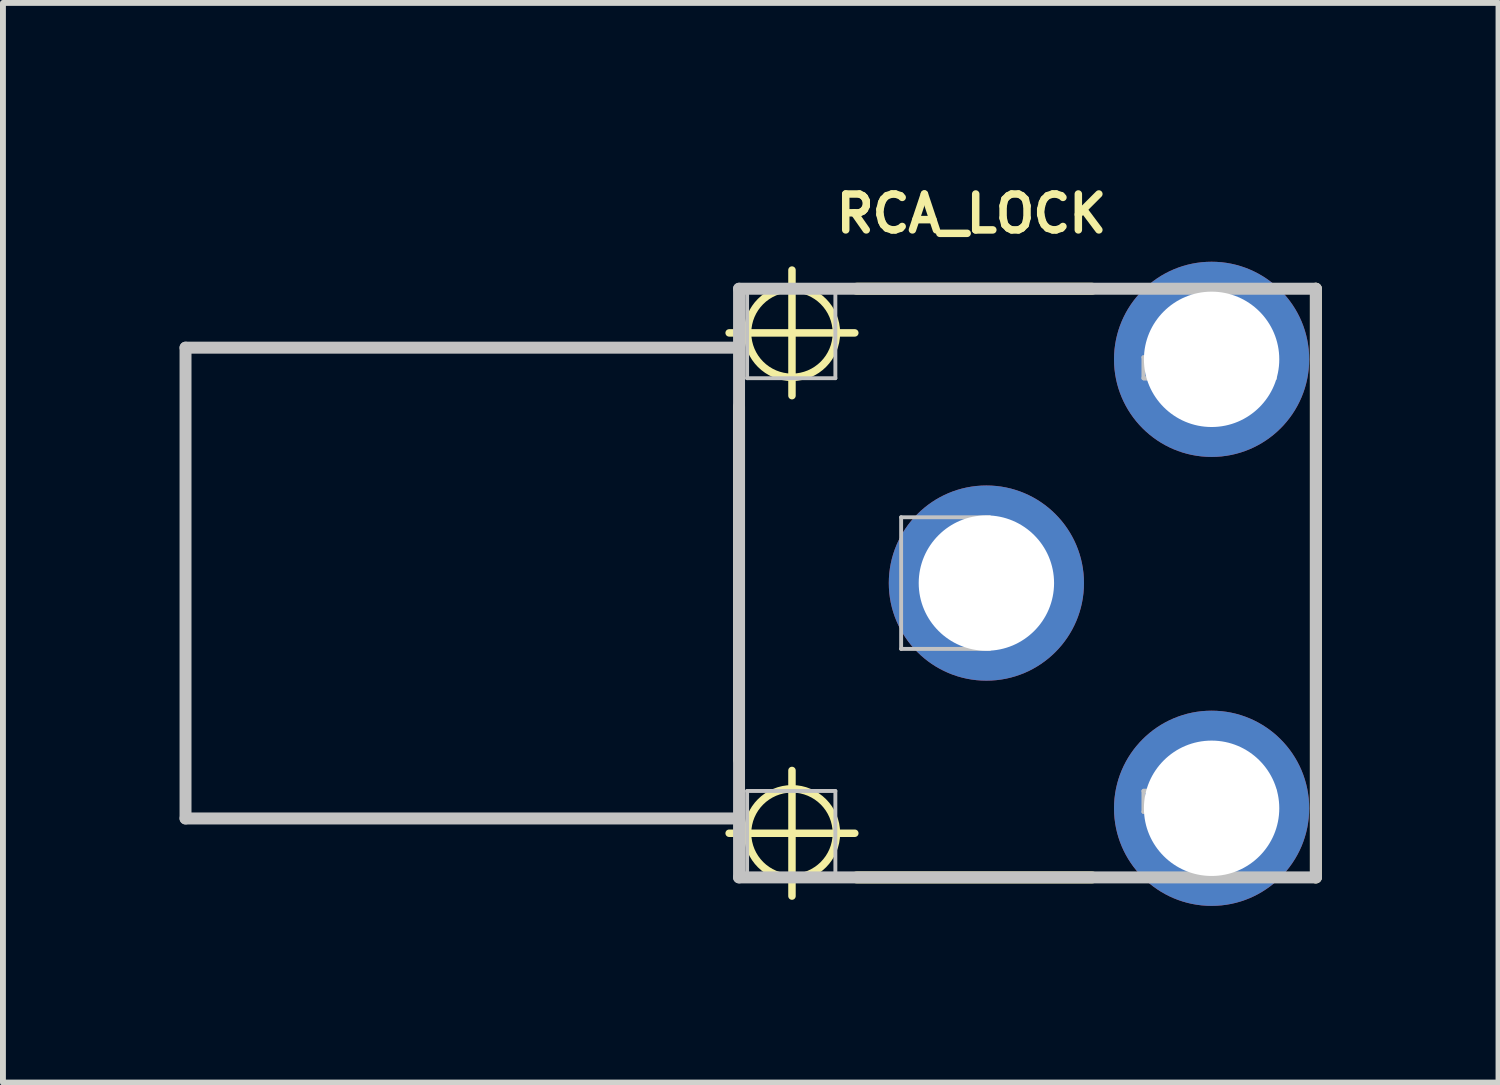
<source format=kicad_pcb>
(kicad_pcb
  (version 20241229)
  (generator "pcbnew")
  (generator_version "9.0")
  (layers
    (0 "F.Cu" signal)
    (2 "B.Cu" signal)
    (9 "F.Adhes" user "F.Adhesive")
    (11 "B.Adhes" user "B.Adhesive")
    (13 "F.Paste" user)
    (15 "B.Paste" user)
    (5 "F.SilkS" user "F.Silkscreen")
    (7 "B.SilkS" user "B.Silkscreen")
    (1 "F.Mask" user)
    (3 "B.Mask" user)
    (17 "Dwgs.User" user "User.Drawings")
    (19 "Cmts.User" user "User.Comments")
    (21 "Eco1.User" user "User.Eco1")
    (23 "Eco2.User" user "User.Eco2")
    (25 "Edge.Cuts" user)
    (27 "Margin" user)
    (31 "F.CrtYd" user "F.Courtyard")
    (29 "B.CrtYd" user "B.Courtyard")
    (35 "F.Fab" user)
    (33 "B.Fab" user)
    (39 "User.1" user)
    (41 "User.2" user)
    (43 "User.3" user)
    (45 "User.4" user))
  (footprint "RCA_LOCK"
    (layer "F.Cu")
    (at 13.5 6.853)
    (property "Reference" "RCA_LOCK" (at -0.051 -6.274 0) (layer "F.SilkS") (effects (font (size 0.61 0.61) (thickness 0.127))))
    (attr exclude_from_pos_files exclude_from_bom)
    (fp_line (start -4.166 -4.249) (end -2.032 -4.249) (stroke (width 0.127) (type solid)) (layer "F.SilkS"))
    (fp_line (start -4.166 4.249) (end -2.032 4.249) (stroke (width 0.127) (type solid)) (layer "F.SilkS"))
    (fp_line (start -3.998 -3) (end -3.998 3) (stroke (width 0.203) (type solid)) (layer "F.SilkS"))
    (fp_line (start -3.099 -3.183) (end -3.099 -5.316) (stroke (width 0.127) (type solid)) (layer "F.SilkS"))
    (fp_line (start -3.099 5.316) (end -3.099 3.183) (stroke (width 0.127) (type solid)) (layer "F.SilkS"))
    (fp_line (start -1.999 -4.999) (end 1.999 -4.999) (stroke (width 0.203) (type solid)) (layer "F.SilkS"))
    (fp_line (start -1.999 4.999) (end 1.999 4.999) (stroke (width 0.203) (type solid)) (layer "F.SilkS"))
    (fp_line (start 5.799 -4.999) (end 5.799 4.999) (stroke (width 0.203) (type solid)) (layer "F.SilkS"))
    (fp_circle (center -3.099 -4.249) (end -3.632 -4.783) (stroke (width 0.127) (type solid)) (fill no) (layer "F.SilkS"))
    (fp_circle (center -3.099 4.249) (end -3.632 4.783) (stroke (width 0.127) (type solid)) (fill no) (layer "F.SilkS"))
    (fp_line (start -13.399 -3.998) (end -13.399 3.998) (stroke (width 0.203) (type solid)) (layer "Dwgs.User"))
    (fp_line (start -13.399 3.998) (end -3.998 3.998) (stroke (width 0.203) (type solid)) (layer "Dwgs.User"))
    (fp_line (start -3.998 -4.999) (end -3.998 4.999) (stroke (width 0.203) (type solid)) (layer "Dwgs.User"))
    (fp_line (start -3.998 -3.998) (end -13.399 -3.998) (stroke (width 0.203) (type solid)) (layer "Dwgs.User"))
    (fp_line (start -3.998 4.999) (end 5.799 4.999) (stroke (width 0.203) (type solid)) (layer "Dwgs.User"))
    (fp_line (start -3.861 -4.978) (end -2.362 -4.978) (stroke (width 0.066) (type solid)) (layer "Dwgs.User"))
    (fp_line (start -3.861 -3.48) (end -3.861 -4.978) (stroke (width 0.066) (type solid)) (layer "Dwgs.User"))
    (fp_line (start -3.861 -3.48) (end -2.362 -3.48) (stroke (width 0.066) (type solid)) (layer "Dwgs.User"))
    (fp_line (start -3.861 3.531) (end -2.362 3.531) (stroke (width 0.066) (type solid)) (layer "Dwgs.User"))
    (fp_line (start -3.861 5.029) (end -3.861 3.531) (stroke (width 0.066) (type solid)) (layer "Dwgs.User"))
    (fp_line (start -3.861 5.029) (end -2.362 5.029) (stroke (width 0.066) (type solid)) (layer "Dwgs.User"))
    (fp_line (start -2.362 -3.48) (end -2.362 -4.978) (stroke (width 0.066) (type solid)) (layer "Dwgs.User"))
    (fp_line (start -2.362 5.029) (end -2.362 3.531) (stroke (width 0.066) (type solid)) (layer "Dwgs.User"))
    (fp_line (start -1.245 -1.118) (end 0.254 -1.118) (stroke (width 0.066) (type solid)) (layer "Dwgs.User"))
    (fp_line (start -1.245 1.118) (end -1.245 -1.118) (stroke (width 0.066) (type solid)) (layer "Dwgs.User"))
    (fp_line (start -1.245 1.118) (end 0.254 1.118) (stroke (width 0.066) (type solid)) (layer "Dwgs.User"))
    (fp_line (start 0.254 1.118) (end 0.254 -1.118) (stroke (width 0.066) (type solid)) (layer "Dwgs.User"))
    (fp_line (start 2.87 -3.835) (end 5.105 -3.835) (stroke (width 0.066) (type solid)) (layer "Dwgs.User"))
    (fp_line (start 2.87 -3.48) (end 2.87 -3.835) (stroke (width 0.066) (type solid)) (layer "Dwgs.User"))
    (fp_line (start 2.87 -3.48) (end 5.105 -3.48) (stroke (width 0.066) (type solid)) (layer "Dwgs.User"))
    (fp_line (start 2.87 3.531) (end 5.105 3.531) (stroke (width 0.066) (type solid)) (layer "Dwgs.User"))
    (fp_line (start 2.87 3.886) (end 2.87 3.531) (stroke (width 0.066) (type solid)) (layer "Dwgs.User"))
    (fp_line (start 2.87 3.886) (end 5.105 3.886) (stroke (width 0.066) (type solid)) (layer "Dwgs.User"))
    (fp_line (start 4.47 -3.454) (end 2.87 -3.454) (stroke (width 0.025) (type solid)) (layer "Dwgs.User"))
    (fp_line (start 4.47 3.505) (end 2.87 3.505) (stroke (width 0.025) (type solid)) (layer "Dwgs.User"))
    (fp_line (start 5.105 -3.48) (end 5.105 -3.835) (stroke (width 0.066) (type solid)) (layer "Dwgs.User"))
    (fp_line (start 5.105 3.886) (end 5.105 3.531) (stroke (width 0.066) (type solid)) (layer "Dwgs.User"))
    (fp_line (start 5.799 -4.999) (end -3.998 -4.999) (stroke (width 0.203) (type solid)) (layer "Dwgs.User"))
    (fp_line (start 5.799 4.999) (end 5.799 -4.999) (stroke (width 0.203) (type solid)) (layer "Dwgs.User"))
    (pad "PIN" thru_hole circle (at 4.028 -3.8) (size 3.315 3.315) (drill 2.299) (layers "*.Cu" "*.Paste" "*.Mask"))
    (pad "SHEL" thru_hole circle (at 0.203 0) (size 3.315 3.315) (drill 2.299) (layers "*.Cu" "*.Paste" "*.Mask"))
    (pad "SWIT" thru_hole circle (at 4.028 3.825) (size 3.315 3.315) (drill 2.299) (layers "*.Cu" "*.Paste" "*.Mask")))
  (gr_rect
    (start -3 -3)
    (end 22.401 15.336)
    (stroke (width 0.1) (type default))
    (fill no)
    (layer "Edge.Cuts")))
</source>
